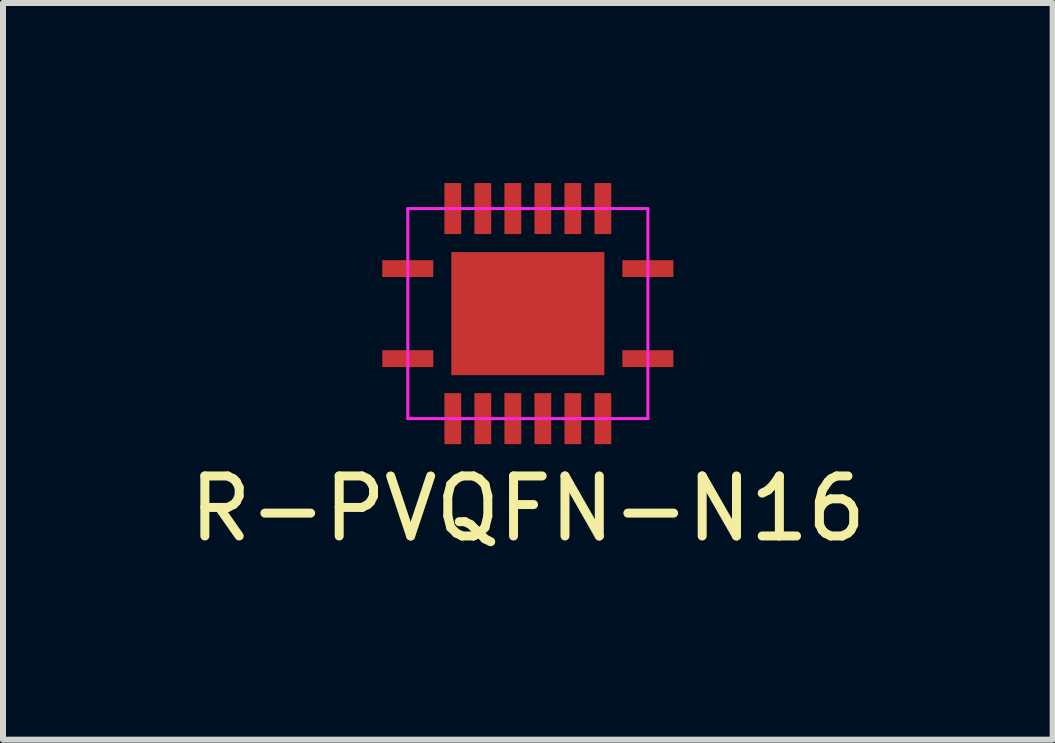
<source format=kicad_pcb>
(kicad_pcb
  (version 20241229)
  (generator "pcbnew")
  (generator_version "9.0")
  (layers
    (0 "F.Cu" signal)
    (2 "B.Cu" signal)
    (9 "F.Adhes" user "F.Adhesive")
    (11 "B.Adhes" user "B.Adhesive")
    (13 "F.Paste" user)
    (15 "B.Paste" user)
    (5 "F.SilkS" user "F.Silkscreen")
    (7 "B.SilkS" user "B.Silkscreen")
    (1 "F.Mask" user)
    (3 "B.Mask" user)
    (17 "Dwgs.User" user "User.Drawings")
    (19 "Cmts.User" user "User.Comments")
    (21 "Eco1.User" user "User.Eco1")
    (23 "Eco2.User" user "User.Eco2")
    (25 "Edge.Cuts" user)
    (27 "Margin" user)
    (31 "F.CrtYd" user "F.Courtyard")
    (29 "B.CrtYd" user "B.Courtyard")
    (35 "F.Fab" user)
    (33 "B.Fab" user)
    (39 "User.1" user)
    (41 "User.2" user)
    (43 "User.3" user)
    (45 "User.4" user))
  (footprint "R-PVQFN-N16"
    (layer "F.Cu")
    (at 5.744 2.175)
    (property "Reference" "R-PVQFN-N16" (at 0 3.25 0) (layer "F.SilkS") (effects (font (size 1 1) (thickness 0.15))))
    (attr through_hole)
    (fp_line (start -2 -1.75) (end 2 -1.75) (stroke (width 0.05) (type solid)) (layer "F.CrtYd"))
    (fp_line (start -2 1.75) (end -2 -1.75) (stroke (width 0.05) (type solid)) (layer "F.CrtYd"))
    (fp_line (start 2 -1.75) (end 2 1.75) (stroke (width 0.05) (type solid)) (layer "F.CrtYd"))
    (fp_line (start 2 1.75) (end -2 1.75) (stroke (width 0.05) (type solid)) (layer "F.CrtYd"))
    (pad "1" smd rect (at -2 0.75 90) (size 0.28 0.85) (layers "F.Cu" "F.Mask" "F.Paste"))
    (pad "2" smd rect (at -1.25 1.75 180) (size 0.28 0.85) (layers "F.Cu" "F.Mask" "F.Paste"))
    (pad "3" smd rect (at -0.75 1.75 180) (size 0.28 0.85) (layers "F.Cu" "F.Mask" "F.Paste"))
    (pad "4" smd rect (at -0.25 1.75 180) (size 0.28 0.85) (layers "F.Cu" "F.Mask" "F.Paste"))
    (pad "5" smd rect (at 0.25 1.75 180) (size 0.28 0.85) (layers "F.Cu" "F.Mask" "F.Paste"))
    (pad "6" smd rect (at 0.75 1.75 180) (size 0.28 0.85) (layers "F.Cu" "F.Mask" "F.Paste"))
    (pad "7" smd rect (at 1.25 1.75 180) (size 0.28 0.85) (layers "F.Cu" "F.Mask" "F.Paste"))
    (pad "8" smd rect (at 2 0.75 90) (size 0.28 0.85) (layers "F.Cu" "F.Mask" "F.Paste"))
    (pad "9" smd rect (at 2 -0.75 90) (size 0.28 0.85) (layers "F.Cu" "F.Mask" "F.Paste"))
    (pad "10" smd rect (at 1.25 -1.75 180) (size 0.28 0.85) (layers "F.Cu" "F.Mask" "F.Paste"))
    (pad "11" smd rect (at 0.75 -1.75 180) (size 0.28 0.85) (layers "F.Cu" "F.Mask" "F.Paste"))
    (pad "12" smd rect (at 0.25 -1.75 180) (size 0.28 0.85) (layers "F.Cu" "F.Mask" "F.Paste"))
    (pad "13" smd rect (at -0.25 -1.75 180) (size 0.28 0.85) (layers "F.Cu" "F.Mask" "F.Paste"))
    (pad "14" smd rect (at -0.75 -1.75 180) (size 0.28 0.85) (layers "F.Cu" "F.Mask" "F.Paste"))
    (pad "15" smd rect (at -1.25 -1.75 180) (size 0.28 0.85) (layers "F.Cu" "F.Mask" "F.Paste"))
    (pad "16" smd rect (at -2 -0.75 90) (size 0.28 0.85) (layers "F.Cu" "F.Mask" "F.Paste"))
    (pad "17" smd rect (at 0 0 180) (size 2.55 2.05) (layers "F.Cu" "F.Mask" "F.Paste")))
  (gr_rect
    (start -3 -3)
    (end 14.488 9.273)
    (stroke (width 0.1) (type default))
    (fill no)
    (layer "Edge.Cuts")))
</source>
